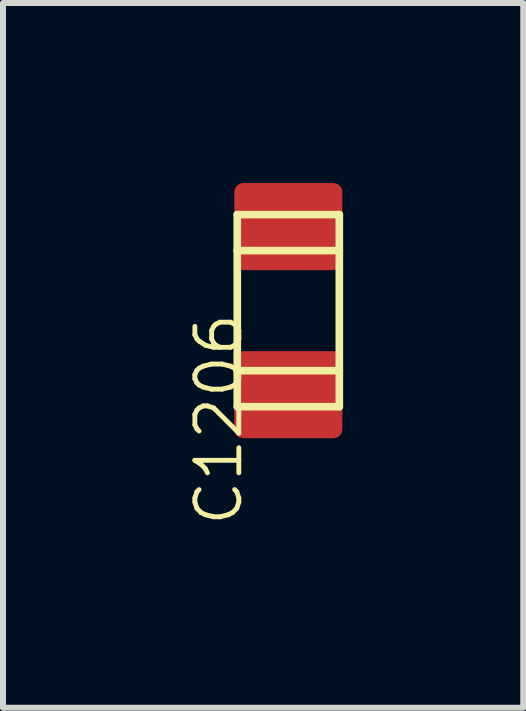
<source format=kicad_pcb>
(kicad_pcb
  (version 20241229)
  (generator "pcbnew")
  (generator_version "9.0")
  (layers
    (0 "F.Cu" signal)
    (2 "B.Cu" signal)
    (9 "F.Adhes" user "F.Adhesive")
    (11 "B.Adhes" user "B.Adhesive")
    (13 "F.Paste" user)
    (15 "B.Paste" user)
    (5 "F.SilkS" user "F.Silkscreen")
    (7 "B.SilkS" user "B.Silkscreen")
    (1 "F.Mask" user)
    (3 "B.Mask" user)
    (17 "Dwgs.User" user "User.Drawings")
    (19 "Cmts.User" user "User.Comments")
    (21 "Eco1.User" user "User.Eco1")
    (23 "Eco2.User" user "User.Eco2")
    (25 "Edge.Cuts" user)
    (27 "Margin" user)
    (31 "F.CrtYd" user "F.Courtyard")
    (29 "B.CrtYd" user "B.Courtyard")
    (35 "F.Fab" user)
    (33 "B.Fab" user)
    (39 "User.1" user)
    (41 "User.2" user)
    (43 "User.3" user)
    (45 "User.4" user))
  (footprint "C1206"
    (layer "F.Cu")
    (at 1.753 2.125)
    (property "Reference" "C1206" (at -1.587 0 90) (unlocked yes) (layer "F.SilkS") (effects (font (size 0.732 0.732) (thickness 0.081)) (justify right top)))
    (fp_line (start -0.85 -1.6) (end -0.85 -1) (stroke (width 0.127) (type solid)) (layer "F.SilkS"))
    (fp_line (start -0.85 -1) (end -0.85 1) (stroke (width 0.127) (type solid)) (layer "F.SilkS"))
    (fp_line (start -0.85 1) (end -0.85 1.6) (stroke (width 0.127) (type solid)) (layer "F.SilkS"))
    (fp_line (start 0.85 -1.6) (end -0.85 -1.6) (stroke (width 0.127) (type solid)) (layer "F.SilkS"))
    (fp_line (start 0.85 -1.6) (end 0.85 -1) (stroke (width 0.127) (type solid)) (layer "F.SilkS"))
    (fp_line (start 0.85 -1) (end -0.85 -1) (stroke (width 0.127) (type solid)) (layer "F.SilkS"))
    (fp_line (start 0.85 -1) (end 0.85 1) (stroke (width 0.127) (type solid)) (layer "F.SilkS"))
    (fp_line (start 0.85 1) (end -0.85 1) (stroke (width 0.127) (type solid)) (layer "F.SilkS"))
    (fp_line (start 0.85 1) (end 0.85 1.6) (stroke (width 0.127) (type solid)) (layer "F.SilkS"))
    (fp_line (start 0.85 1.6) (end -0.85 1.6) (stroke (width 0.127) (type solid)) (layer "F.SilkS"))
    (pad "1" smd roundrect (at 0 -1.4) (size 1.8 1.45) (layers "F.Cu" "F.Mask" "F.Paste") (roundrect_rratio 0.1))
    (pad "2" smd roundrect (at 0 1.4) (size 1.8 1.45) (layers "F.Cu" "F.Mask" "F.Paste") (roundrect_rratio 0.1)))
  (gr_rect
    (start -3 -3)
    (end 5.667 8.741)
    (stroke (width 0.1) (type default))
    (fill no)
    (layer "Edge.Cuts")))
</source>
